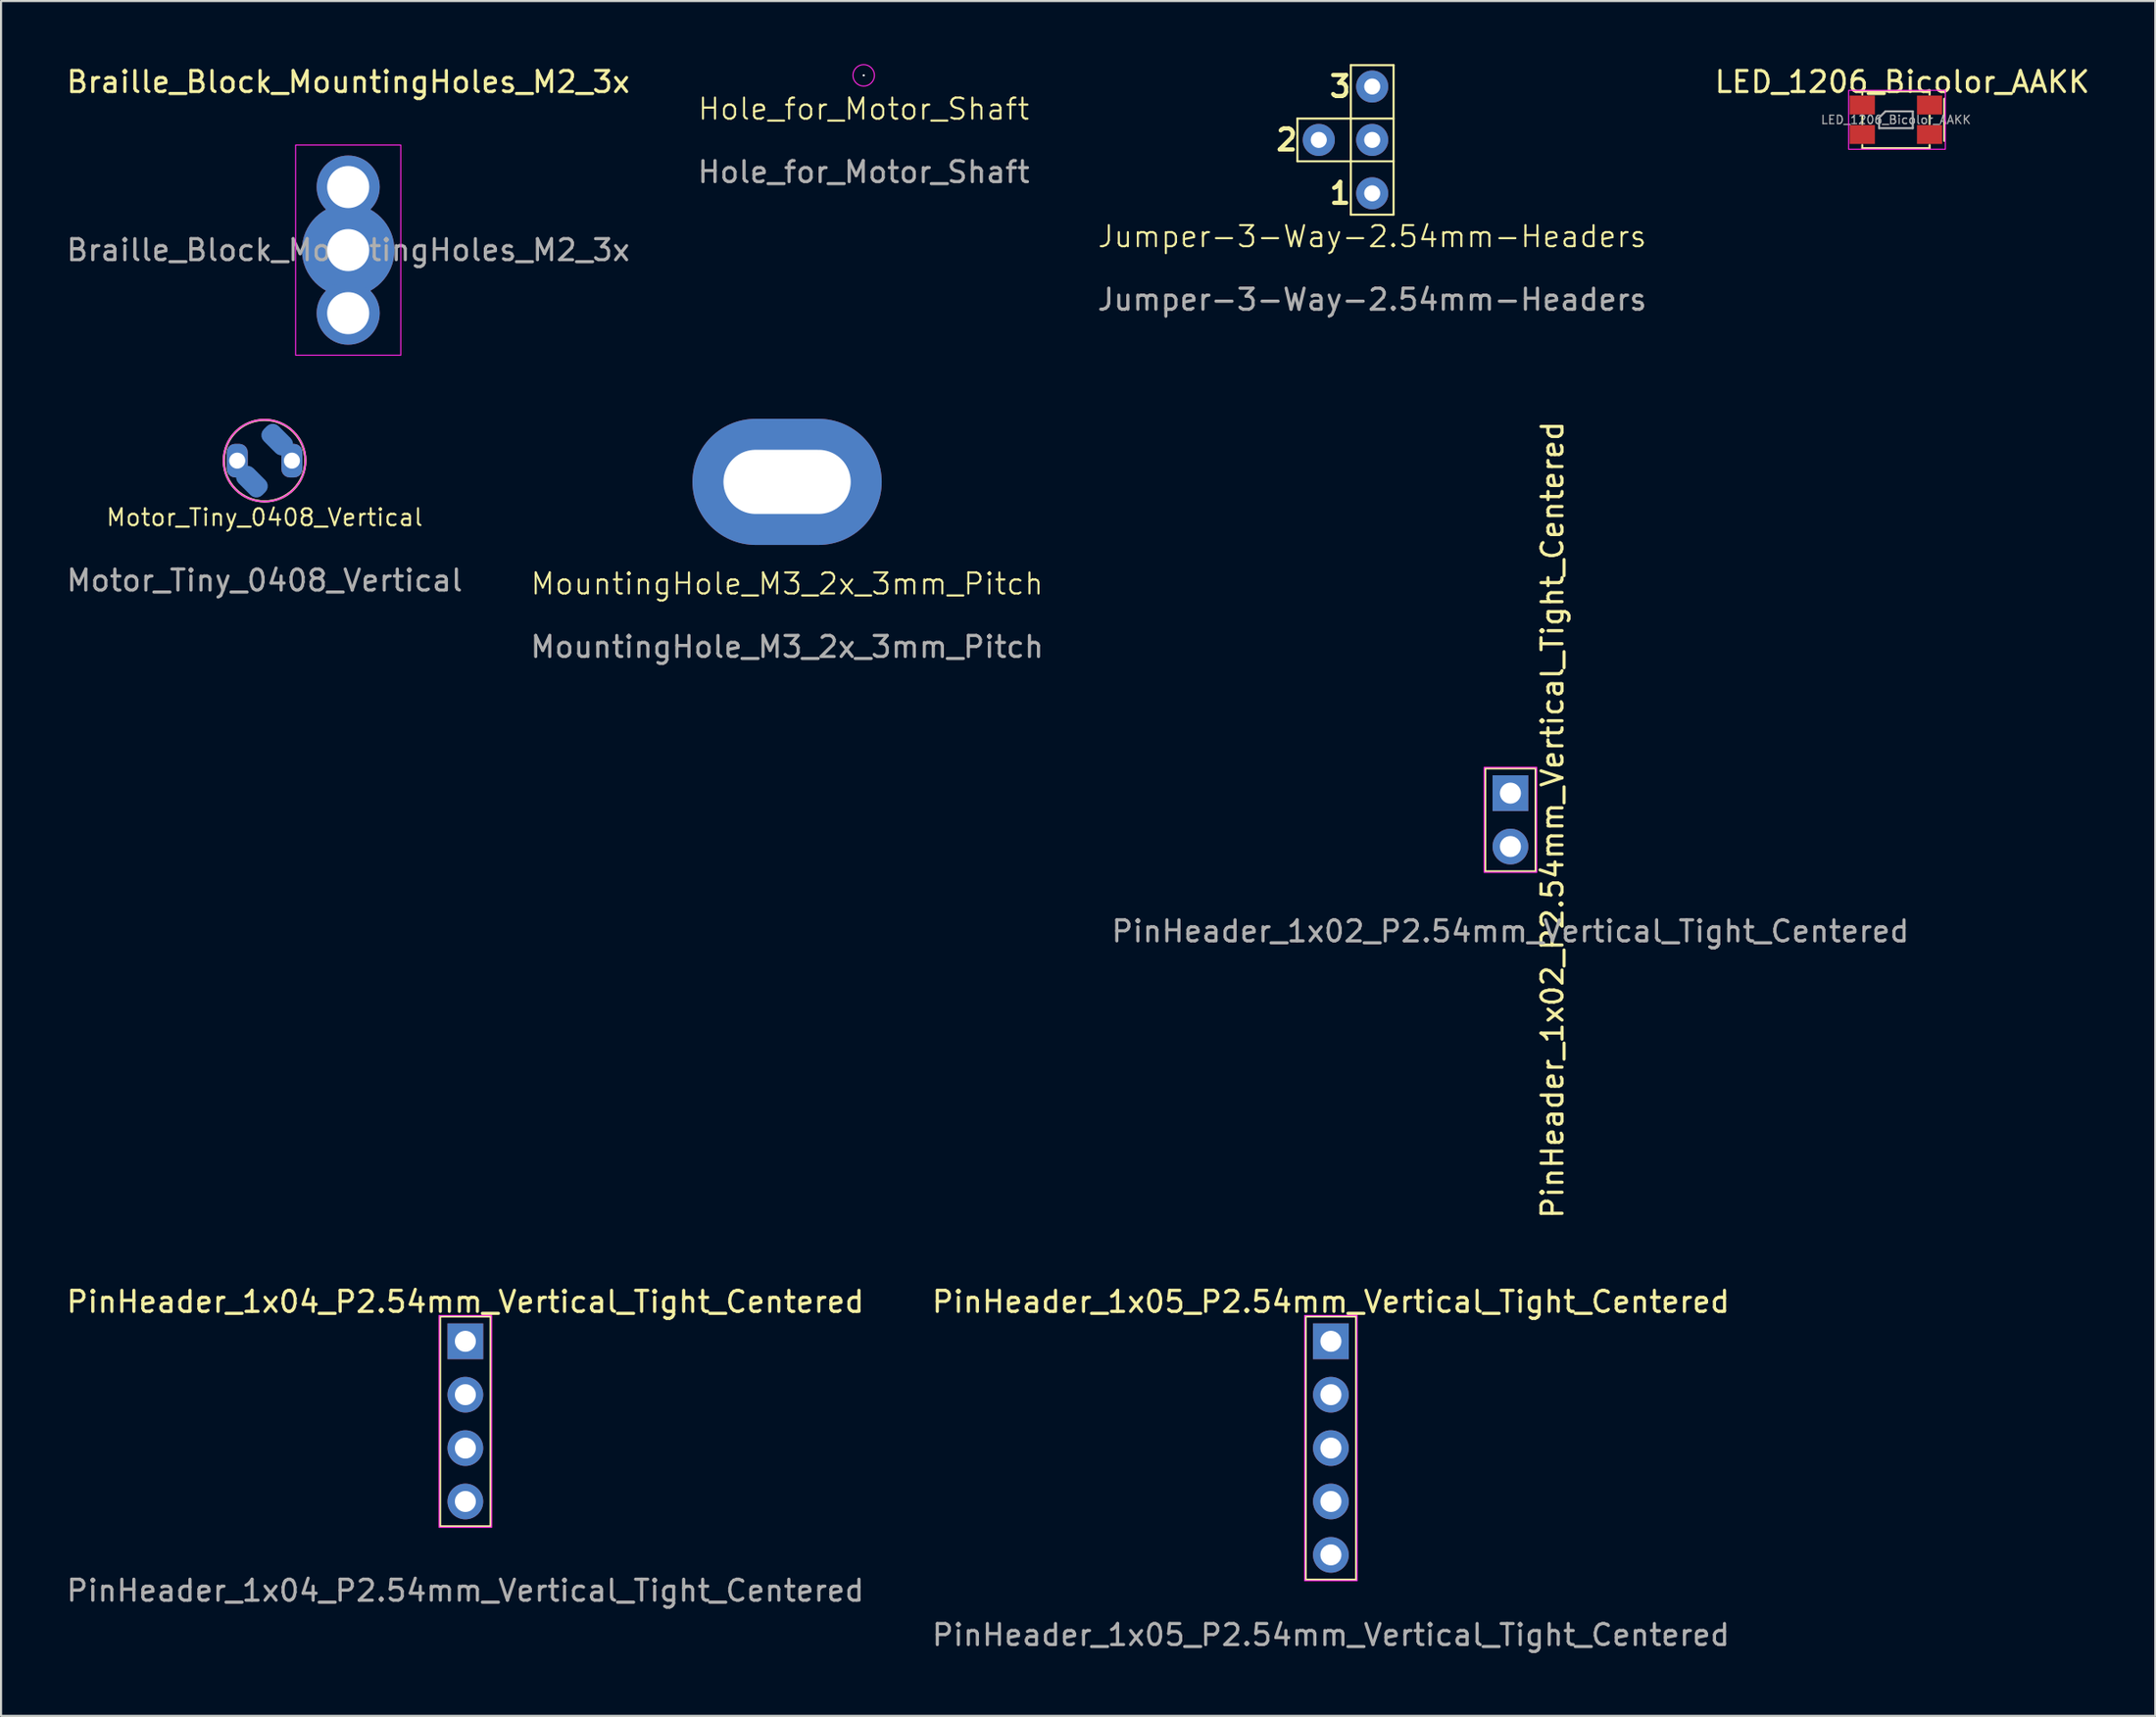
<source format=kicad_pcb>
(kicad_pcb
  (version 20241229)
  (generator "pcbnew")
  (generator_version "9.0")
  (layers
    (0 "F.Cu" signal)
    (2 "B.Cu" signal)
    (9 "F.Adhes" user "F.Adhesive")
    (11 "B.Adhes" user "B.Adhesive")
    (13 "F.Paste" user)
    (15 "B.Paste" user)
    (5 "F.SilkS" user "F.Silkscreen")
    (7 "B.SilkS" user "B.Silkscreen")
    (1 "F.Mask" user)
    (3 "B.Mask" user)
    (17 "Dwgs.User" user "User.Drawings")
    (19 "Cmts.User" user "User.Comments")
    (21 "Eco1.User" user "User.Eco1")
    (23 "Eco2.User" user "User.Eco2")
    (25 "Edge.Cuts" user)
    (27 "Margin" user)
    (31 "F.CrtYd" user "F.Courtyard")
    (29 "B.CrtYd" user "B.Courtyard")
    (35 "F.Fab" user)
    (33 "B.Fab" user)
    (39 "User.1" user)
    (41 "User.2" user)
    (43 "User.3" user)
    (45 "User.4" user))
  (footprint "MountingHole_M3_2x_3mm_Pitch"
    (layer "F.Cu")
    (at 34.375 19.873)
    (property "Reference" "MountingHole_M3_2x_3mm_Pitch" (at 0 4.85 0) (unlocked yes) (layer "F.SilkS") (effects (font (size 1 1) (thickness 0.1))))
    (attr through_hole)
    (fp_text user "${REFERENCE}" (at 0 7.85 0) (unlocked yes) (layer "F.Fab") (effects (font (size 1 1) (thickness 0.15))))
    (pad "1" thru_hole oval (at 0 0) (size 9 6) (drill oval 6.05 3.05) (layers "*.Cu" "*.Mask")))
  (footprint "LED_1206_Bicolor_AAKK"
    (layer "F.Cu")
    (at 87.099 2.648)
    (property "Reference" "LED_1206_Bicolor_AAKK" (at 0.3 -1.8 0) (layer "F.SilkS") (effects (font (size 1 1) (thickness 0.15))))
    (attr smd)
    (fp_line (start -1.6 -1.35) (end -1.6 -1.2) (stroke (width 0.1) (type default)) (layer "F.SilkS"))
    (fp_line (start -1.6 -0.2) (end -1.6 0.2) (stroke (width 0.1) (type default)) (layer "F.SilkS"))
    (fp_line (start -1.6 1.2) (end -1.6 1.35) (stroke (width 0.1) (type default)) (layer "F.SilkS"))
    (fp_line (start -1.6 1.35) (end 1.6 1.35) (stroke (width 0.1) (type default)) (layer "F.SilkS"))
    (fp_line (start 1.6 -1.35) (end -1.6 -1.35) (stroke (width 0.1) (type default)) (layer "F.SilkS"))
    (fp_line (start 1.6 -1.2) (end 1.6 -1.35) (stroke (width 0.1) (type default)) (layer "F.SilkS"))
    (fp_line (start 1.6 0.2) (end 1.6 -0.2) (stroke (width 0.1) (type default)) (layer "F.SilkS"))
    (fp_line (start 1.6 1.35) (end 1.6 1.2) (stroke (width 0.1) (type default)) (layer "F.SilkS"))
    (fp_line (start 2.3 1) (end 2.3 -1) (stroke (width 0.1) (type default)) (layer "F.SilkS"))
    (fp_rect (start -2.25 -1.4) (end 2.35 1.4) (stroke (width 0.05) (type default)) (fill no) (layer "F.CrtYd"))
    (fp_line (start -0.8 -0.1) (end -0.8 0.4) (stroke (width 0.1) (type solid)) (layer "F.Fab"))
    (fp_line (start -0.8 0.4) (end 0.8 0.4) (stroke (width 0.1) (type solid)) (layer "F.Fab"))
    (fp_line (start -0.5 -0.4) (end -0.8 -0.1) (stroke (width 0.1) (type solid)) (layer "F.Fab"))
    (fp_line (start 0.8 -0.4) (end -0.5 -0.4) (stroke (width 0.1) (type solid)) (layer "F.Fab"))
    (fp_line (start 0.8 0.4) (end 0.8 -0.4) (stroke (width 0.1) (type solid)) (layer "F.Fab"))
    (fp_text user "${REFERENCE}" (at 0 0 0) (layer "F.Fab") (effects (font (size 0.4 0.4) (thickness 0.06))))
    (pad "1" smd rect (at -1.6 0.7) (size 1.2 0.9) (layers "F.Cu" "F.Mask" "F.Paste"))
    (pad "2" smd rect (at -1.6 -0.7) (size 1.2 0.9) (layers "F.Cu" "F.Mask" "F.Paste"))
    (pad "3" smd rect (at 1.6 0.7) (size 1.2 0.9) (layers "F.Cu" "F.Mask" "F.Paste"))
    (pad "4" smd rect (at 1.6 -0.7) (size 1.2 0.9) (layers "F.Cu" "F.Mask" "F.Paste")))
  (footprint "Motor_Tiny_0408_Vertical"
    (layer "F.Cu")
    (at 9.53 18.863)
    (property "Reference" "Motor_Tiny_0408_Vertical" (at 0 2.7 0) (layer "F.SilkS") (effects (font (size 0.8 0.8) (thickness 0.1))))
    (attr through_hole)
    (fp_circle (center 0 0) (end 1.94 0) (stroke (width 0.1) (type default)) (fill no) (layer "F.SilkS"))
    (fp_circle (center 0 0) (end 1.94 0) (stroke (width 0.1) (type default)) (fill no) (layer "B.SilkS"))
    (fp_circle (center 0 0) (end 1.95 0) (stroke (width 0.05) (type default)) (fill no) (layer "F.CrtYd"))
    (fp_text user "${REFERENCE}" (at 0 5.7 0) (unlocked yes) (layer "F.Fab") (effects (font (size 1 1) (thickness 0.15))))
    (pad "1" thru_hole roundrect (at -1.3 0) (size 1 1.6) (drill 0.762) (layers "*.Cu" "*.Mask") (roundrect_rratio 0.4))
    (pad "1" smd roundrect (at -0.6 1 45) (size 1 1.6) (layers "B.Cu" "B.Mask") (roundrect_rratio 0.4))
    (pad "2" smd roundrect (at 0.6 -1 45) (size 1 1.6) (layers "B.Cu" "B.Mask") (roundrect_rratio 0.4))
    (pad "2" thru_hole roundrect (at 1.3 0) (size 1 1.6) (drill 0.762) (layers "*.Cu" "*.Mask") (roundrect_rratio 0.4)))
  (footprint "PinHeader_1x02_P2.54mm_Vertical_Tight_Centered"
    (layer "F.Cu")
    (at 68.768 35.951)
    (property "Reference" "PinHeader_1x02_P2.54mm_Vertical_Tight_Centered" (at 2 0 270) (layer "F.SilkS") (effects (font (size 1 1) (thickness 0.15))))
    (attr through_hole)
    (fp_rect (start -1.2 -2.45) (end 1.2 2.45) (stroke (width 0.1) (type default)) (fill no) (layer "F.SilkS"))
    (fp_rect (start -1.25 -2.5) (end 1.25 2.5) (stroke (width 0.05) (type default)) (fill no) (layer "F.CrtYd"))
    (fp_text user "${REFERENCE}" (at 0 5.3 180) (layer "F.Fab") (effects (font (size 1 1) (thickness 0.15))))
    (pad "1" thru_hole rect (at 0 -1.27) (size 1.7 1.7) (drill 1) (layers "*.Cu" "*.Mask"))
    (pad "2" thru_hole oval (at 0 1.27) (size 1.7 1.7) (drill 1) (layers "*.Cu" "*.Mask")))
  (footprint "PinHeader_1x04_P2.54mm_Vertical_Tight_Centered"
    (layer "F.Cu")
    (at 19.077 64.566)
    (property "Reference" "PinHeader_1x04_P2.54mm_Vertical_Tight_Centered" (at 0 -5.69 0) (layer "F.SilkS") (effects (font (size 1 1) (thickness 0.15))))
    (attr through_hole)
    (fp_rect (start -1.2 -4.99) (end 1.2 4.99) (stroke (width 0.1) (type default)) (fill no) (layer "F.SilkS"))
    (fp_rect (start -1.25 -5.04) (end 1.25 5.04) (stroke (width 0.05) (type default)) (fill no) (layer "F.CrtYd"))
    (fp_text user "${REFERENCE}" (at 0 8.05 180) (layer "F.Fab") (effects (font (size 1 1) (thickness 0.15))))
    (pad "1" thru_hole rect (at 0 -3.81) (size 1.7 1.7) (drill 1) (layers "*.Cu" "*.Mask"))
    (pad "2" thru_hole oval (at 0 -1.27) (size 1.7 1.7) (drill 1) (layers "*.Cu" "*.Mask"))
    (pad "2" thru_hole oval (at 0 1.27) (size 1.7 1.7) (drill 1) (layers "*.Cu" "*.Mask"))
    (pad "2" thru_hole oval (at 0 3.81) (size 1.7 1.7) (drill 1) (layers "*.Cu" "*.Mask")))
  (footprint "PinHeader_1x05_P2.54mm_Vertical_Tight_Centered"
    (layer "F.Cu")
    (at 60.232 65.836)
    (property "Reference" "PinHeader_1x05_P2.54mm_Vertical_Tight_Centered" (at 0 -6.96 0) (layer "F.SilkS") (effects (font (size 1 1) (thickness 0.15))))
    (attr through_hole)
    (fp_rect (start -1.2 -6.26) (end 1.2 6.26) (stroke (width 0.1) (type default)) (fill no) (layer "F.SilkS"))
    (fp_rect (start -1.25 -6.31) (end 1.25 6.31) (stroke (width 0.05) (type default)) (fill no) (layer "F.CrtYd"))
    (fp_text user "${REFERENCE}" (at 0 8.89 180) (layer "F.Fab") (effects (font (size 1 1) (thickness 0.15))))
    (pad "1" thru_hole rect (at 0 -5.08) (size 1.7 1.7) (drill 1) (layers "*.Cu" "*.Mask"))
    (pad "2" thru_hole oval (at 0 -2.54) (size 1.7 1.7) (drill 1) (layers "*.Cu" "*.Mask"))
    (pad "3" thru_hole oval (at 0 0) (size 1.7 1.7) (drill 1) (layers "*.Cu" "*.Mask"))
    (pad "4" thru_hole oval (at 0 2.54) (size 1.7 1.7) (drill 1) (layers "*.Cu" "*.Mask"))
    (pad "5" thru_hole oval (at 0 5.08) (size 1.7 1.7) (drill 1) (layers "*.Cu" "*.Mask")))
  (footprint "Jumper-3-Way-2.54mm-Headers"
    (layer "F.Cu")
    (at 62.196 3.606)
    (property "Reference" "Jumper-3-Way-2.54mm-Headers" (at 0 4.596 0) (unlocked yes) (layer "F.SilkS") (effects (font (size 1 1) (thickness 0.1))))
    (attr through_hole)
    (fp_line (start -3.556 -1.016) (end 1.016 -1.016) (stroke (width 0.1) (type default)) (layer "F.SilkS"))
    (fp_line (start -3.556 1.016) (end -3.556 -1.016) (stroke (width 0.1) (type default)) (layer "F.SilkS"))
    (fp_line (start -1.016 -3.556) (end 1.016 -3.556) (stroke (width 0.1) (type default)) (layer "F.SilkS"))
    (fp_line (start -1.016 3.556) (end -1.016 -3.556) (stroke (width 0.1) (type default)) (layer "F.SilkS"))
    (fp_line (start 1.016 -3.556) (end 1.016 3.556) (stroke (width 0.1) (type default)) (layer "F.SilkS"))
    (fp_line (start 1.016 1.016) (end -3.556 1.016) (stroke (width 0.1) (type default)) (layer "F.SilkS"))
    (fp_line (start 1.016 3.556) (end -1.016 3.556) (stroke (width 0.1) (type default)) (layer "F.SilkS"))
    (fp_text user "2" (at -4.064 0 0) (layer "F.SilkS") (effects (font (size 1 1) (thickness 0.2) (bold yes))))
    (fp_text user "3" (at -1.524 -2.54 0) (layer "F.SilkS") (effects (font (size 1 1) (thickness 0.2) (bold yes))))
    (fp_text user "1" (at -1.524 2.54 0) (layer "F.SilkS") (effects (font (size 1 1) (thickness 0.2) (bold yes))))
    (fp_text user "${REFERENCE}" (at 0 7.596 0) (unlocked yes) (layer "F.Fab") (effects (font (size 1 1) (thickness 0.15))))
    (pad "1" thru_hole circle (at 0 2.54) (size 1.524 1.524) (drill 0.762) (layers "*.Cu" "*.Mask"))
    (pad "2" thru_hole circle (at -2.54 0) (size 1.524 1.524) (drill 0.762) (layers "*.Cu" "*.Mask"))
    (pad "3" thru_hole circle (at 0 -2.54) (size 1.524 1.524) (drill 0.762) (layers "*.Cu" "*.Mask"))
    (pad "4" thru_hole circle (at 0 0) (size 1.524 1.524) (drill 0.762) (layers "*.Cu" "*.Mask")))
  (footprint "Braille_Block_MountingHoles_M2_3x"
    (layer "F.Cu")
    (at 13.506 8.848)
    (property "Reference" "Braille_Block_MountingHoles_M2_3x" (at 0 -8 0) (layer "F.SilkS") (effects (font (size 1 1) (thickness 0.15))))
    (attr exclude_from_pos_files exclude_from_bom)
    (fp_rect (start -2.5 -5) (end 2.5 5) (stroke (width 0.05) (type default)) (fill no) (layer "F.CrtYd"))
    (fp_text user "${REFERENCE}" (at 0 0 0) (layer "F.Fab") (effects (font (size 1 1) (thickness 0.15))))
    (pad "1" thru_hole circle (at 0 -3) (size 3 3) (drill 2) (layers "*.Cu" "*.Mask"))
    (pad "1" thru_hole circle (at 0 0) (size 4.4 4.4) (drill 2) (layers "*.Cu" "*.Mask"))
    (pad "1" thru_hole circle (at 0 3) (size 3 3) (drill 2) (layers "*.Cu" "*.Mask")))
  (footprint "Hole_for_Motor_Shaft"
    (layer "F.Cu")
    (at 38.018 0.535)
    (property "Reference" "Hole_for_Motor_Shaft" (at 0 1.6 0) (unlocked yes) (layer "F.SilkS") (effects (font (size 1 1) (thickness 0.1))))
    (attr through_hole)
    (fp_circle (center 0 0) (end 0.51 0) (stroke (width 0.05) (type default)) (fill no) (layer "F.CrtYd"))
    (fp_text user "${REFERENCE}" (at 0 4.6 0) (unlocked yes) (layer "F.Fab") (effects (font (size 1 1) (thickness 0.15))))
    (pad "" np_thru_hole circle (at 0 0) (size 0.1 0.1) (drill 1) (layers "*.Cu" "*.Mask")))
  (gr_rect
    (start -3 -3)
    (end 99.429 78.575)
    (stroke (width 0.1) (type default))
    (fill no)
    (layer "Edge.Cuts")))
</source>
